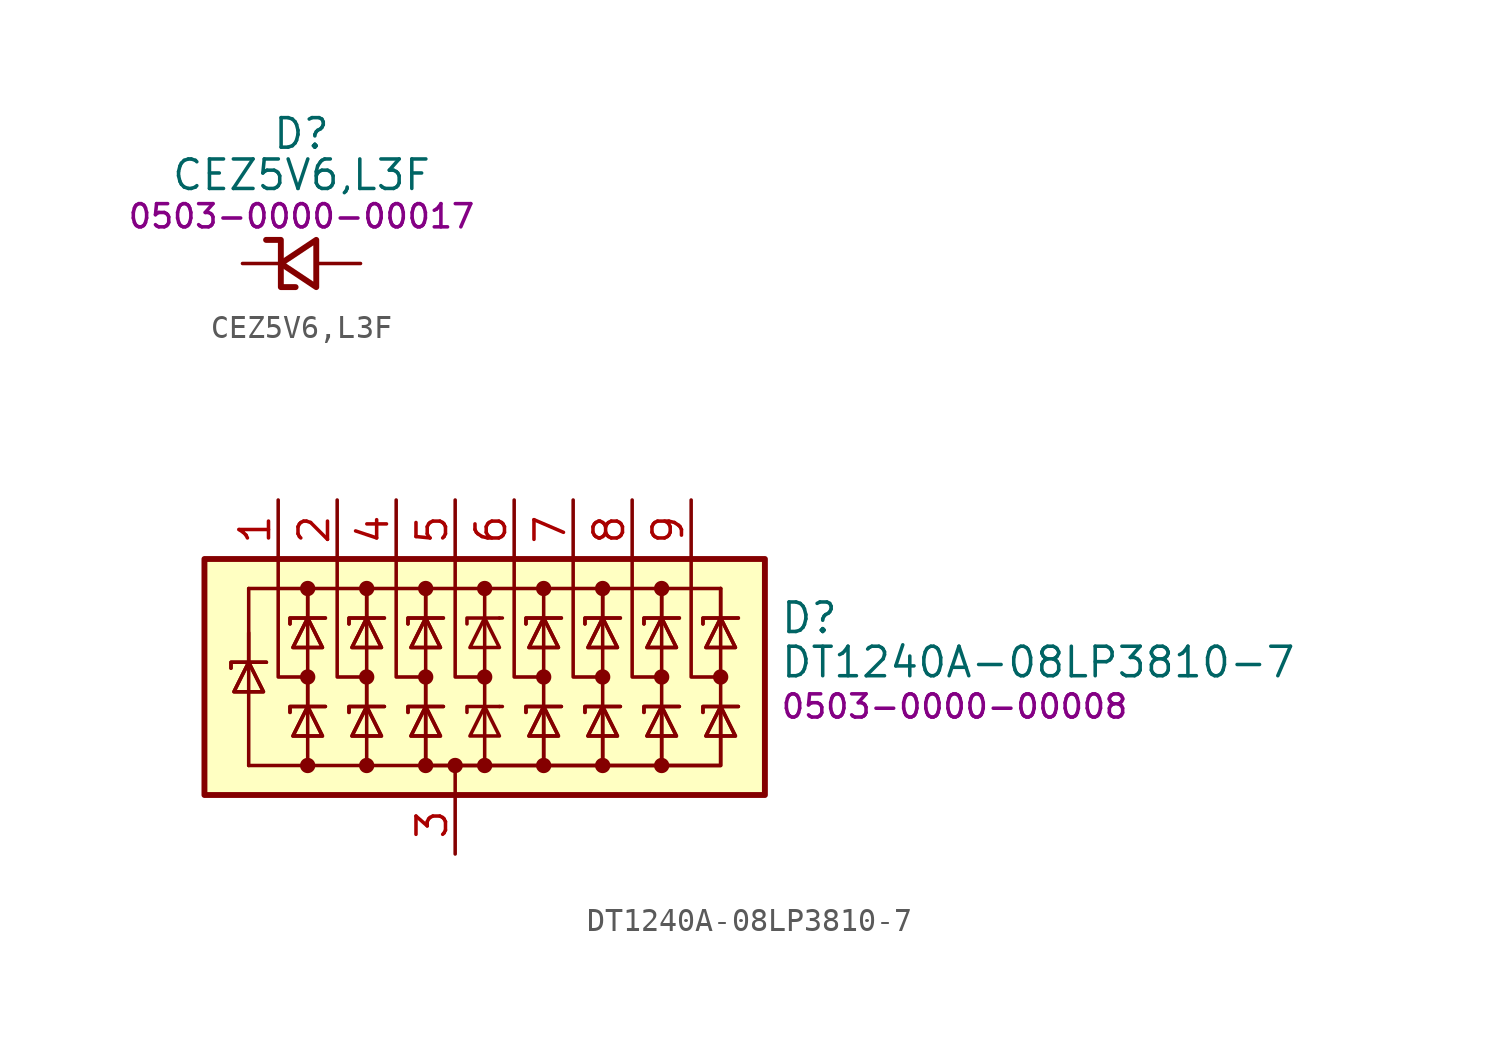
<source format=kicad_sym>
(kicad_symbol_lib
  (version 20231120)
  (generator "kicad_symbol_editor")
  (generator_version "8.0")
  (symbol "CEZ5V6,L3F"
    (property "Reference" "D"
      (at 0 5.588 0)
      (effects (font (size 1.27 1.27))))
    (property "Value" "CEZ5V6,L3F"
      (at 0 3.81 0)
      (effects (font (size 1.27 1.27))))
    (property "PartNumber" "0503-0000-00017"
      (at 0 2.032 0)
      (effects (font (size 1 1))))
    (symbol "CEZ5V6,L3F_0_1"
      (polyline (pts (xy 0.635 -1.016) (xy -0.889 0) (xy 0.635 1.016) (xy 0.635 -1.016)) (stroke (width 0.254) (type default)) (fill (type none)))
      (polyline (pts (xy -1.524 1.016) (xy -1.397 1.016) (xy -0.889 1.016) (xy -0.889 -1.016) (xy -0.381 -1.016) (xy -0.254 -1.016)) (stroke (width 0.254) (type default)) (fill (type none))))
    (symbol "CEZ5V6,L3F_1_1"
      (pin passive line (at -2.54 0 0) (length 1.6) (name "1" (effects (font (size 0 0)))) (number "A" (effects (font (size 0 0)))))
      (pin passive line (at 2.54 0 180) (length 1.8) (name "2" (effects (font (size 0 0)))) (number "B" (effects (font (size 0 0)))))))
  (symbol "DT1240A-08LP3810-7"
    (pin_names hide)
    (property "Reference" "D"
      (at 13.97 2.54 0)
      (effects (font (size 1.27 1.27)) (justify left)))
    (property "Value" "DT1240A-08LP3810-7"
      (at 13.97 0.635 0)
      (effects (font (size 1.27 1.27)) (justify left)))
    (property "PartNumber" "0503-0000-00008"
      (at 13.97 -1.27 0)
      (effects (font (size 1 1)) (justify left)))
    (symbol "DT1240A-08LP3810-7_0_0"
      (pin passive line (at 0 -7.62 90) (length 2.54) (name "A" (effects (font (size 1.27 1.27)))) (number "3" (effects (font (size 1.27 1.27))))))
    (symbol "DT1240A-08LP3810-7_0_1"
      (rectangle (start -10.795 5.08) (end 13.335 -5.08) (stroke (width 0.254) (type default)) (fill (type background)))
      (circle (center -6.35 -3.81) (radius 0.254) (stroke (width 0) (type default)) (fill (type outline)))
      (circle (center -6.35 0) (radius 0.254) (stroke (width 0) (type default)) (fill (type outline)))
      (circle (center -6.35 3.81) (radius 0.254) (stroke (width 0) (type default)) (fill (type outline)))
      (circle (center -3.81 -3.81) (radius 0.254) (stroke (width 0) (type default)) (fill (type outline)))
      (circle (center -3.81 0) (radius 0.254) (stroke (width 0) (type default)) (fill (type outline)))
      (circle (center -3.81 3.81) (radius 0.254) (stroke (width 0) (type default)) (fill (type outline)))
      (circle (center -1.27 -3.81) (radius 0.254) (stroke (width 0) (type default)) (fill (type outline)))
      (circle (center -1.27 0) (radius 0.254) (stroke (width 0) (type default)) (fill (type outline)))
      (circle (center -1.27 3.81) (radius 0.254) (stroke (width 0) (type default)) (fill (type outline)))
      (circle (center 0 -3.81) (radius 0.254) (stroke (width 0) (type default)) (fill (type outline)))
      (polyline (pts (xy -8.89 0.635) (xy -8.89 -3.81)) (stroke (width 0) (type default)) (fill (type none)))
      (polyline (pts (xy -8.89 1.905) (xy -8.89 0.635)) (stroke (width 0) (type default)) (fill (type none)))
      (polyline (pts (xy -8.89 3.81) (xy -8.89 0.635)) (stroke (width 0) (type default)) (fill (type none)))
      (polyline (pts (xy -6.35 -3.81) (xy -8.89 -3.81)) (stroke (width 0) (type default)) (fill (type none)))
      (polyline (pts (xy -6.35 0) (xy -6.35 -1.27)) (stroke (width 0) (type default)) (fill (type none)))
      (polyline (pts (xy -6.35 2.54) (xy -6.35 -1.27)) (stroke (width 0) (type default)) (fill (type none)))
      (polyline (pts (xy -6.35 3.81) (xy -6.35 2.54)) (stroke (width 0) (type default)) (fill (type none)))
      (polyline (pts (xy -6.35 3.81) (xy -6.35 2.54)) (stroke (width 0) (type default)) (fill (type none)))
      (polyline (pts (xy -3.81 0) (xy -3.81 -1.27)) (stroke (width 0) (type default)) (fill (type none)))
      (polyline (pts (xy -3.81 2.54) (xy -3.81 -1.27)) (stroke (width 0) (type default)) (fill (type none)))
      (polyline (pts (xy -3.81 3.81) (xy -3.81 2.54)) (stroke (width 0) (type default)) (fill (type none)))
      (polyline (pts (xy -3.81 3.81) (xy -3.81 2.54)) (stroke (width 0) (type default)) (fill (type none)))
      (polyline (pts (xy -1.27 0) (xy -1.27 -1.27)) (stroke (width 0) (type default)) (fill (type none)))
      (polyline (pts (xy -1.27 2.54) (xy -1.27 -1.27)) (stroke (width 0) (type default)) (fill (type none)))
      (polyline (pts (xy -1.27 3.81) (xy -1.27 2.54)) (stroke (width 0) (type default)) (fill (type none)))
      (polyline (pts (xy -1.27 3.81) (xy -1.27 2.54)) (stroke (width 0) (type default)) (fill (type none)))
      (polyline (pts (xy 0 -5.08) (xy 0 -3.81)) (stroke (width 0) (type default)) (fill (type none)))
      (polyline (pts (xy 1.27 -3.81) (xy 1.27 2.54)) (stroke (width 0) (type default)) (fill (type none)))
      (polyline (pts (xy 1.27 3.81) (xy 1.27 2.54)) (stroke (width 0) (type default)) (fill (type none)))
      (polyline (pts (xy 1.905 -1.27) (xy 2.032 -1.27)) (stroke (width 0) (type default)) (fill (type none)))
      (polyline (pts (xy 1.905 2.54) (xy 2.032 2.54)) (stroke (width 0) (type default)) (fill (type none)))
      (polyline (pts (xy 3.81 2.54) (xy 3.81 -1.27)) (stroke (width 0) (type default)) (fill (type none)))
      (polyline (pts (xy 3.81 3.81) (xy 3.81 2.54)) (stroke (width 0) (type default)) (fill (type none)))
      (polyline (pts (xy 6.35 2.54) (xy 6.35 -1.27)) (stroke (width 0) (type default)) (fill (type none)))
      (polyline (pts (xy 6.35 3.81) (xy 6.35 2.54)) (stroke (width 0) (type default)) (fill (type none)))
      (polyline (pts (xy 6.35 3.81) (xy 6.35 2.54)) (stroke (width 0) (type default)) (fill (type none)))
      (polyline (pts (xy 8.89 2.54) (xy 8.89 -1.27)) (stroke (width 0) (type default)) (fill (type none)))
      (polyline (pts (xy 8.89 3.81) (xy 8.89 2.54)) (stroke (width 0) (type default)) (fill (type none)))
      (polyline (pts (xy 8.89 3.81) (xy 8.89 2.54)) (stroke (width 0) (type default)) (fill (type none)))
      (polyline (pts (xy 11.43 2.54) (xy 11.43 -1.27)) (stroke (width 0) (type default)) (fill (type none)))
      (polyline (pts (xy 11.43 3.81) (xy -8.89 3.81)) (stroke (width 0) (type default)) (fill (type none)))
      (polyline (pts (xy 11.43 3.81) (xy 11.43 2.54)) (stroke (width 0) (type default)) (fill (type none)))
      (polyline (pts (xy 11.43 3.81) (xy 11.43 2.54)) (stroke (width 0) (type default)) (fill (type none)))
      (polyline (pts (xy -7.62 5.08) (xy -7.62 0) (xy -6.35 0)) (stroke (width 0) (type default)) (fill (type none)))
      (polyline (pts (xy -6.35 -1.27) (xy -6.35 -3.81) (xy -3.81 -3.81)) (stroke (width 0) (type default)) (fill (type none)))
      (polyline (pts (xy -5.08 5.08) (xy -5.08 0) (xy -3.81 0)) (stroke (width 0) (type default)) (fill (type none)))
      (polyline (pts (xy -3.81 -1.27) (xy -3.81 -3.81) (xy -1.27 -3.81)) (stroke (width 0) (type default)) (fill (type none)))
      (polyline (pts (xy -2.54 5.08) (xy -2.54 0) (xy -1.27 0)) (stroke (width 0) (type default)) (fill (type none)))
      (polyline (pts (xy 0 5.08) (xy 0 0) (xy 1.27 0)) (stroke (width 0) (type default)) (fill (type none)))
      (polyline (pts (xy 1.905 -1.27) (xy 0.508 -1.27) (xy 0.508 -1.524)) (stroke (width 0) (type default)) (fill (type none)))
      (polyline (pts (xy 1.905 2.54) (xy 0.508 2.54) (xy 0.508 2.286)) (stroke (width 0) (type default)) (fill (type none)))
      (polyline (pts (xy 2.54 5.08) (xy 2.54 0) (xy 3.81 0)) (stroke (width 0) (type default)) (fill (type none)))
      (polyline (pts (xy 5.08 5.08) (xy 5.08 0) (xy 6.35 0)) (stroke (width 0) (type default)) (fill (type none)))
      (polyline (pts (xy 6.35 -1.27) (xy 6.35 -3.81) (xy 3.81 -3.81)) (stroke (width 0) (type default)) (fill (type none)))
      (polyline (pts (xy 6.35 -1.27) (xy 6.35 -3.81) (xy 3.81 -3.81)) (stroke (width 0) (type default)) (fill (type none)))
      (polyline (pts (xy 7.62 5.08) (xy 7.62 0) (xy 8.89 0)) (stroke (width 0) (type default)) (fill (type none)))
      (polyline (pts (xy 8.89 -1.27) (xy 8.89 -3.81) (xy 6.35 -3.81)) (stroke (width 0) (type default)) (fill (type none)))
      (polyline (pts (xy 8.89 -1.27) (xy 8.89 -3.81) (xy 6.35 -3.81)) (stroke (width 0) (type default)) (fill (type none)))
      (polyline (pts (xy 10.16 5.08) (xy 10.16 0) (xy 11.43 0)) (stroke (width 0) (type default)) (fill (type none)))
      (polyline (pts (xy 11.43 -1.27) (xy 11.43 -3.81) (xy 8.89 -3.81)) (stroke (width 0) (type default)) (fill (type none)))
      (polyline (pts (xy 11.43 -1.27) (xy 11.43 -3.81) (xy 8.89 -3.81)) (stroke (width 0) (type default)) (fill (type none)))
      (polyline (pts (xy -9.652 0.381) (xy -9.652 0.635) (xy -8.255 0.635) (xy -8.128 0.635)) (stroke (width 0) (type default)) (fill (type none)))
      (polyline (pts (xy -9.652 0.381) (xy -9.652 0.635) (xy -8.255 0.635) (xy -8.128 0.635)) (stroke (width 0) (type default)) (fill (type none)))
      (polyline (pts (xy -8.89 0.635) (xy -8.255 -0.635) (xy -9.525 -0.635) (xy -8.89 0.635)) (stroke (width 0) (type default)) (fill (type none)))
      (polyline (pts (xy -8.89 0.635) (xy -8.255 -0.635) (xy -9.525 -0.635) (xy -8.89 0.635)) (stroke (width 0) (type default)) (fill (type none)))
      (polyline (pts (xy -7.112 -1.524) (xy -7.112 -1.27) (xy -5.715 -1.27) (xy -5.588 -1.27)) (stroke (width 0) (type default)) (fill (type none)))
      (polyline (pts (xy -7.112 -1.524) (xy -7.112 -1.27) (xy -5.715 -1.27) (xy -5.588 -1.27)) (stroke (width 0) (type default)) (fill (type none)))
      (polyline (pts (xy -7.112 2.286) (xy -7.112 2.54) (xy -5.715 2.54) (xy -5.588 2.54)) (stroke (width 0) (type default)) (fill (type none)))
      (polyline (pts (xy -7.112 2.286) (xy -7.112 2.54) (xy -5.715 2.54) (xy -5.588 2.54)) (stroke (width 0) (type default)) (fill (type none)))
      (polyline (pts (xy -6.35 -1.27) (xy -5.715 -2.54) (xy -6.985 -2.54) (xy -6.35 -1.27)) (stroke (width 0) (type default)) (fill (type none)))
      (polyline (pts (xy -6.35 -1.27) (xy -5.715 -2.54) (xy -6.985 -2.54) (xy -6.35 -1.27)) (stroke (width 0) (type default)) (fill (type none)))
      (polyline (pts (xy -6.35 2.54) (xy -5.715 1.27) (xy -6.985 1.27) (xy -6.35 2.54)) (stroke (width 0) (type default)) (fill (type none)))
      (polyline (pts (xy -6.35 2.54) (xy -5.715 1.27) (xy -6.985 1.27) (xy -6.35 2.54)) (stroke (width 0) (type default)) (fill (type none)))
      (polyline (pts (xy -4.572 -1.524) (xy -4.572 -1.27) (xy -3.175 -1.27) (xy -3.048 -1.27)) (stroke (width 0) (type default)) (fill (type none)))
      (polyline (pts (xy -4.572 -1.524) (xy -4.572 -1.27) (xy -3.175 -1.27) (xy -3.048 -1.27)) (stroke (width 0) (type default)) (fill (type none)))
      (polyline (pts (xy -4.572 2.286) (xy -4.572 2.54) (xy -3.175 2.54) (xy -3.048 2.54)) (stroke (width 0) (type default)) (fill (type none)))
      (polyline (pts (xy -4.572 2.286) (xy -4.572 2.54) (xy -3.175 2.54) (xy -3.048 2.54)) (stroke (width 0) (type default)) (fill (type none)))
      (polyline (pts (xy -3.81 -1.27) (xy -3.175 -2.54) (xy -4.445 -2.54) (xy -3.81 -1.27)) (stroke (width 0) (type default)) (fill (type none)))
      (polyline (pts (xy -3.81 -1.27) (xy -3.175 -2.54) (xy -4.445 -2.54) (xy -3.81 -1.27)) (stroke (width 0) (type default)) (fill (type none)))
      (polyline (pts (xy -3.81 2.54) (xy -3.175 1.27) (xy -4.445 1.27) (xy -3.81 2.54)) (stroke (width 0) (type default)) (fill (type none)))
      (polyline (pts (xy -3.81 2.54) (xy -3.175 1.27) (xy -4.445 1.27) (xy -3.81 2.54)) (stroke (width 0) (type default)) (fill (type none)))
      (polyline (pts (xy -2.032 -1.524) (xy -2.032 -1.27) (xy -0.635 -1.27) (xy -0.508 -1.27)) (stroke (width 0) (type default)) (fill (type none)))
      (polyline (pts (xy -2.032 -1.524) (xy -2.032 -1.27) (xy -0.635 -1.27) (xy -0.508 -1.27)) (stroke (width 0) (type default)) (fill (type none)))
      (polyline (pts (xy -2.032 2.286) (xy -2.032 2.54) (xy -0.635 2.54) (xy -0.508 2.54)) (stroke (width 0) (type default)) (fill (type none)))
      (polyline (pts (xy -2.032 2.286) (xy -2.032 2.54) (xy -0.635 2.54) (xy -0.508 2.54)) (stroke (width 0) (type default)) (fill (type none)))
      (polyline (pts (xy -1.27 -1.27) (xy -1.27 -3.81) (xy 3.81 -3.81) (xy 3.81 -1.27)) (stroke (width 0) (type default)) (fill (type none)))
      (polyline (pts (xy -1.27 -1.27) (xy -1.27 -3.81) (xy 3.81 -3.81) (xy 3.81 -1.27)) (stroke (width 0) (type default)) (fill (type none)))
      (polyline (pts (xy -1.27 -1.27) (xy -0.635 -2.54) (xy -1.905 -2.54) (xy -1.27 -1.27)) (stroke (width 0) (type default)) (fill (type none)))
      (polyline (pts (xy -1.27 -1.27) (xy -0.635 -2.54) (xy -1.905 -2.54) (xy -1.27 -1.27)) (stroke (width 0) (type default)) (fill (type none)))
      (polyline (pts (xy -1.27 2.54) (xy -0.635 1.27) (xy -1.905 1.27) (xy -1.27 2.54)) (stroke (width 0) (type default)) (fill (type none)))
      (polyline (pts (xy -1.27 2.54) (xy -0.635 1.27) (xy -1.905 1.27) (xy -1.27 2.54)) (stroke (width 0) (type default)) (fill (type none)))
      (polyline (pts (xy 1.905 -2.54) (xy 0.635 -2.54) (xy 1.27 -1.27) (xy 1.905 -2.54)) (stroke (width 0) (type default)) (fill (type none)))
      (polyline (pts (xy 1.905 1.27) (xy 0.635 1.27) (xy 1.27 2.54) (xy 1.905 1.27)) (stroke (width 0) (type default)) (fill (type none)))
      (polyline (pts (xy 3.048 -1.524) (xy 3.048 -1.27) (xy 4.445 -1.27) (xy 4.572 -1.27)) (stroke (width 0) (type default)) (fill (type none)))
      (polyline (pts (xy 3.048 -1.524) (xy 3.048 -1.27) (xy 4.445 -1.27) (xy 4.572 -1.27)) (stroke (width 0) (type default)) (fill (type none)))
      (polyline (pts (xy 3.048 2.286) (xy 3.048 2.54) (xy 4.445 2.54) (xy 4.572 2.54)) (stroke (width 0) (type default)) (fill (type none)))
      (polyline (pts (xy 3.048 2.286) (xy 3.048 2.54) (xy 4.445 2.54) (xy 4.572 2.54)) (stroke (width 0) (type default)) (fill (type none)))
      (polyline (pts (xy 3.81 -1.27) (xy 3.175 -2.54) (xy 4.445 -2.54) (xy 3.81 -1.27)) (stroke (width 0) (type default)) (fill (type none)))
      (polyline (pts (xy 3.81 -1.27) (xy 3.175 -2.54) (xy 4.445 -2.54) (xy 3.81 -1.27)) (stroke (width 0) (type default)) (fill (type none)))
      (polyline (pts (xy 3.81 2.54) (xy 3.175 1.27) (xy 4.445 1.27) (xy 3.81 2.54)) (stroke (width 0) (type default)) (fill (type none)))
      (polyline (pts (xy 3.81 2.54) (xy 3.175 1.27) (xy 4.445 1.27) (xy 3.81 2.54)) (stroke (width 0) (type default)) (fill (type none)))
      (polyline (pts (xy 5.588 -1.524) (xy 5.588 -1.27) (xy 6.985 -1.27) (xy 7.112 -1.27)) (stroke (width 0) (type default)) (fill (type none)))
      (polyline (pts (xy 5.588 -1.524) (xy 5.588 -1.27) (xy 6.985 -1.27) (xy 7.112 -1.27)) (stroke (width 0) (type default)) (fill (type none)))
      (polyline (pts (xy 5.588 2.286) (xy 5.588 2.54) (xy 6.985 2.54) (xy 7.112 2.54)) (stroke (width 0) (type default)) (fill (type none)))
      (polyline (pts (xy 5.588 2.286) (xy 5.588 2.54) (xy 6.985 2.54) (xy 7.112 2.54)) (stroke (width 0) (type default)) (fill (type none)))
      (polyline (pts (xy 6.35 -1.27) (xy 5.715 -2.54) (xy 6.985 -2.54) (xy 6.35 -1.27)) (stroke (width 0) (type default)) (fill (type none)))
      (polyline (pts (xy 6.35 -1.27) (xy 5.715 -2.54) (xy 6.985 -2.54) (xy 6.35 -1.27)) (stroke (width 0) (type default)) (fill (type none)))
      (polyline (pts (xy 6.35 2.54) (xy 5.715 1.27) (xy 6.985 1.27) (xy 6.35 2.54)) (stroke (width 0) (type default)) (fill (type none)))
      (polyline (pts (xy 6.35 2.54) (xy 5.715 1.27) (xy 6.985 1.27) (xy 6.35 2.54)) (stroke (width 0) (type default)) (fill (type none)))
      (polyline (pts (xy 8.128 -1.524) (xy 8.128 -1.27) (xy 9.525 -1.27) (xy 9.652 -1.27)) (stroke (width 0) (type default)) (fill (type none)))
      (polyline (pts (xy 8.128 -1.524) (xy 8.128 -1.27) (xy 9.525 -1.27) (xy 9.652 -1.27)) (stroke (width 0) (type default)) (fill (type none)))
      (polyline (pts (xy 8.128 2.286) (xy 8.128 2.54) (xy 9.525 2.54) (xy 9.652 2.54)) (stroke (width 0) (type default)) (fill (type none)))
      (polyline (pts (xy 8.128 2.286) (xy 8.128 2.54) (xy 9.525 2.54) (xy 9.652 2.54)) (stroke (width 0) (type default)) (fill (type none)))
      (polyline (pts (xy 8.89 -1.27) (xy 8.255 -2.54) (xy 9.525 -2.54) (xy 8.89 -1.27)) (stroke (width 0) (type default)) (fill (type none)))
      (polyline (pts (xy 8.89 -1.27) (xy 8.255 -2.54) (xy 9.525 -2.54) (xy 8.89 -1.27)) (stroke (width 0) (type default)) (fill (type none)))
      (polyline (pts (xy 8.89 2.54) (xy 8.255 1.27) (xy 9.525 1.27) (xy 8.89 2.54)) (stroke (width 0) (type default)) (fill (type none)))
      (polyline (pts (xy 8.89 2.54) (xy 8.255 1.27) (xy 9.525 1.27) (xy 8.89 2.54)) (stroke (width 0) (type default)) (fill (type none)))
      (polyline (pts (xy 10.668 -1.524) (xy 10.668 -1.27) (xy 12.065 -1.27) (xy 12.192 -1.27)) (stroke (width 0) (type default)) (fill (type none)))
      (polyline (pts (xy 10.668 -1.524) (xy 10.668 -1.27) (xy 12.065 -1.27) (xy 12.192 -1.27)) (stroke (width 0) (type default)) (fill (type none)))
      (polyline (pts (xy 10.668 2.286) (xy 10.668 2.54) (xy 12.065 2.54) (xy 12.192 2.54)) (stroke (width 0) (type default)) (fill (type none)))
      (polyline (pts (xy 10.668 2.286) (xy 10.668 2.54) (xy 12.065 2.54) (xy 12.192 2.54)) (stroke (width 0) (type default)) (fill (type none)))
      (polyline (pts (xy 11.43 -1.27) (xy 10.795 -2.54) (xy 12.065 -2.54) (xy 11.43 -1.27)) (stroke (width 0) (type default)) (fill (type none)))
      (polyline (pts (xy 11.43 -1.27) (xy 10.795 -2.54) (xy 12.065 -2.54) (xy 11.43 -1.27)) (stroke (width 0) (type default)) (fill (type none)))
      (polyline (pts (xy 11.43 2.54) (xy 10.795 1.27) (xy 12.065 1.27) (xy 11.43 2.54)) (stroke (width 0) (type default)) (fill (type none)))
      (polyline (pts (xy 11.43 2.54) (xy 10.795 1.27) (xy 12.065 1.27) (xy 11.43 2.54)) (stroke (width 0) (type default)) (fill (type none)))
      (circle (center 1.27 -3.81) (radius 0.254) (stroke (width 0) (type default)) (fill (type outline)))
      (circle (center 1.27 0) (radius 0.254) (stroke (width 0) (type default)) (fill (type outline)))
      (circle (center 1.27 3.81) (radius 0.254) (stroke (width 0) (type default)) (fill (type outline)))
      (circle (center 3.81 -3.81) (radius 0.254) (stroke (width 0) (type default)) (fill (type outline)))
      (circle (center 3.81 0) (radius 0.254) (stroke (width 0) (type default)) (fill (type outline)))
      (circle (center 3.81 3.81) (radius 0.254) (stroke (width 0) (type default)) (fill (type outline)))
      (circle (center 6.35 -3.81) (radius 0.254) (stroke (width 0) (type default)) (fill (type outline)))
      (circle (center 6.35 0) (radius 0.254) (stroke (width 0) (type default)) (fill (type outline)))
      (circle (center 6.35 3.81) (radius 0.254) (stroke (width 0) (type default)) (fill (type outline)))
      (circle (center 8.89 -3.81) (radius 0.254) (stroke (width 0) (type default)) (fill (type outline)))
      (circle (center 8.89 0) (radius 0.254) (stroke (width 0) (type default)) (fill (type outline)))
      (circle (center 8.89 3.81) (radius 0.254) (stroke (width 0) (type default)) (fill (type outline)))
      (circle (center 11.43 0) (radius 0.254) (stroke (width 0) (type default)) (fill (type outline))))
    (symbol "DT1240A-08LP3810-7_1_1"
      (pin passive line (at -7.62 7.62 270) (length 2.54) (name "K1" (effects (font (size 1.27 1.27)))) (number "1" (effects (font (size 1.27 1.27)))))
      (pin passive line (at -5.08 7.62 270) (length 2.54) (name "K2" (effects (font (size 1.27 1.27)))) (number "2" (effects (font (size 1.27 1.27)))))
      (pin passive line (at -2.54 7.62 270) (length 2.54) (name "K3" (effects (font (size 1.27 1.27)))) (number "4" (effects (font (size 1.27 1.27)))))
      (pin passive line (at 0 7.62 270) (length 2.54) (name "K4" (effects (font (size 1.27 1.27)))) (number "5" (effects (font (size 1.27 1.27)))))
      (pin passive line (at 2.54 7.62 270) (length 2.54) (name "K5" (effects (font (size 1.27 1.27)))) (number "6" (effects (font (size 1.27 1.27)))))
      (pin passive line (at 5.08 7.62 270) (length 2.54) (name "K6" (effects (font (size 1.27 1.27)))) (number "7" (effects (font (size 1.27 1.27)))))
      (pin passive line (at 7.62 7.62 270) (length 2.54) (name "K7" (effects (font (size 1.27 1.27)))) (number "8" (effects (font (size 1.27 1.27)))))
      (pin passive line (at 10.16 7.62 270) (length 2.54) (name "K8" (effects (font (size 1.27 1.27)))) (number "9" (effects (font (size 1.27 1.27))))))))
</source>
